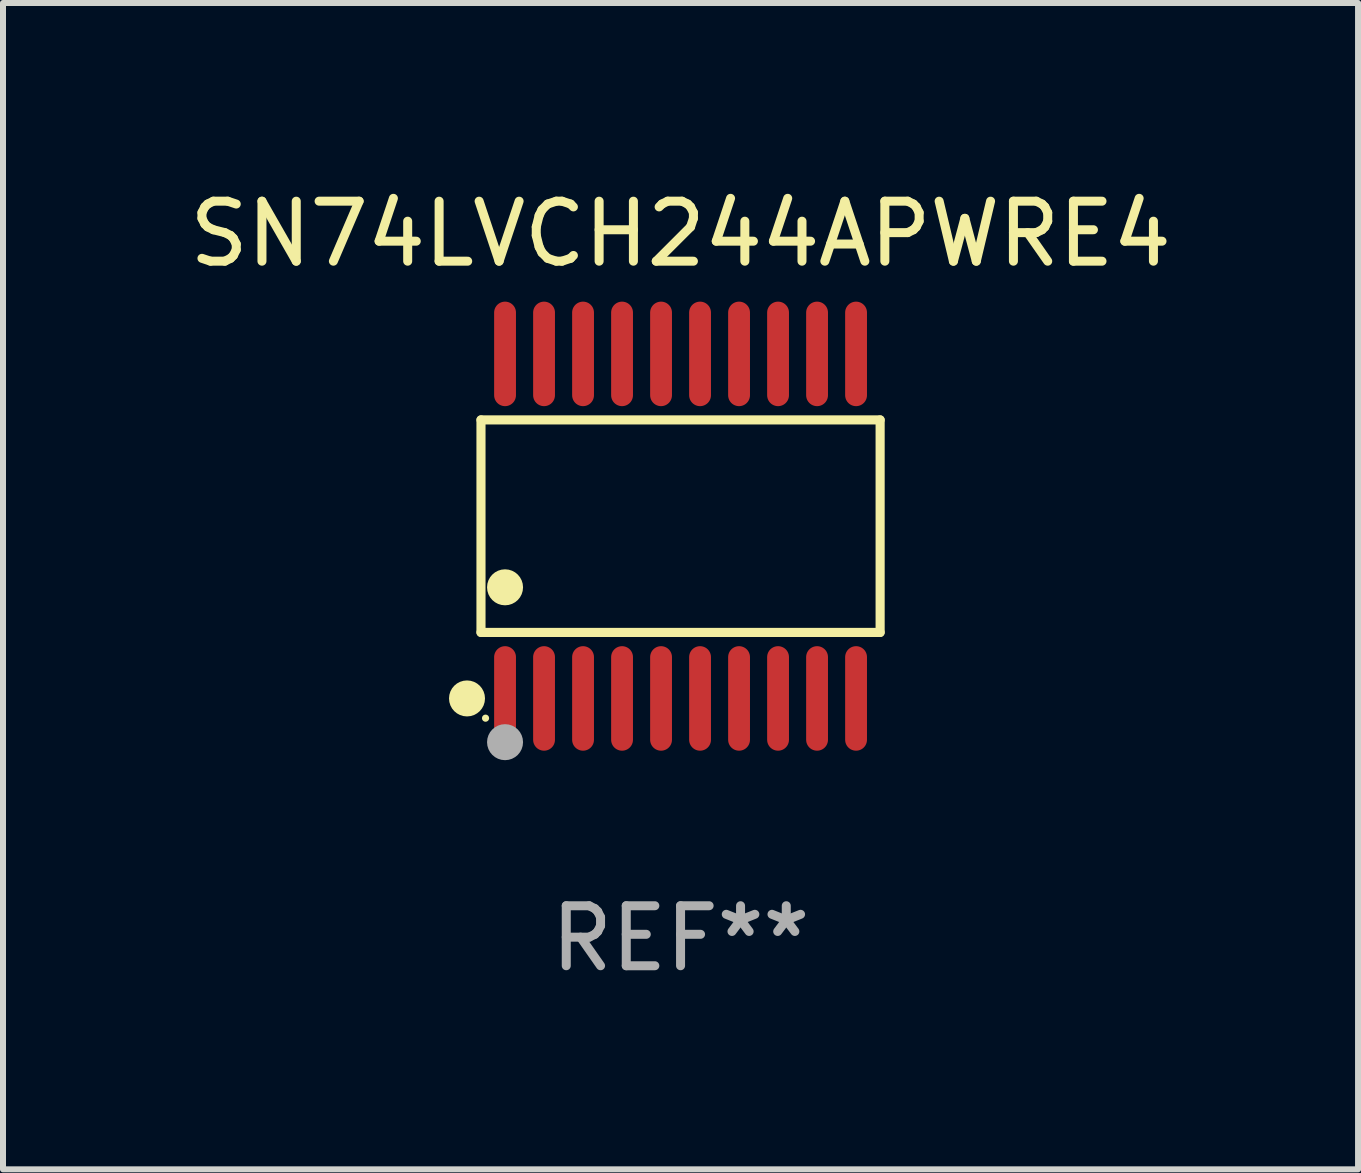
<source format=kicad_pcb>
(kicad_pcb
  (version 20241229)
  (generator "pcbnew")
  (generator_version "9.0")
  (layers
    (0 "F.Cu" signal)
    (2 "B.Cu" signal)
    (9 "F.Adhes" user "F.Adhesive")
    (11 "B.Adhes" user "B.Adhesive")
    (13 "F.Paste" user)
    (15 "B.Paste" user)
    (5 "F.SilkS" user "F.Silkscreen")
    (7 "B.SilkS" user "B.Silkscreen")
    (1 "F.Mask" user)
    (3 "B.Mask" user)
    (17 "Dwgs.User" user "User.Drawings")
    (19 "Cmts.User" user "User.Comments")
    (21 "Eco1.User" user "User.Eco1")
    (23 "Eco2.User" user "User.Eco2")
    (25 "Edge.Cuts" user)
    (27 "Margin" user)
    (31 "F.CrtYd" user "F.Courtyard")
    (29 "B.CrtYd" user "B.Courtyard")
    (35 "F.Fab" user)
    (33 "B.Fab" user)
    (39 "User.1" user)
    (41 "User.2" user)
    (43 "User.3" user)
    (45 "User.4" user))
  (footprint "SN74LVCH244APWRE4"
    (layer "F.Cu")
    (at 8.292 5.719)
    (property "Reference" "SN74LVCH244APWRE4" (at 0 -4.871 0) (layer "F.SilkS") (effects (font (size 1 1) (thickness 0.15))))
    (attr through_hole)
    (fp_line (start -3.326 -1.771) (end 3.326 -1.771) (stroke (width 0.152) (type solid)) (layer "F.SilkS"))
    (fp_line (start -3.326 1.771) (end -3.326 -1.771) (stroke (width 0.152) (type solid)) (layer "F.SilkS"))
    (fp_line (start 3.326 -1.771) (end 3.326 1.771) (stroke (width 0.152) (type solid)) (layer "F.SilkS"))
    (fp_line (start 3.326 1.771) (end -3.326 1.771) (stroke (width 0.152) (type solid)) (layer "F.SilkS"))
    (fp_circle (center -3.559 2.871) (end -3.409 2.871) (stroke (width 0.3) (type solid)) (fill no) (layer "F.SilkS"))
    (fp_circle (center -3.25 3.2) (end -3.22 3.2) (stroke (width 0.06) (type solid)) (fill no) (layer "F.SilkS"))
    (fp_circle (center -2.925 1.019) (end -2.775 1.019) (stroke (width 0.3) (type solid)) (fill no) (layer "F.SilkS"))
    (fp_circle (center -2.925 3.6) (end -2.775 3.6) (stroke (width 0.3) (type solid)) (fill no) (layer "F.Fab"))
    (fp_text user "REF**" (at 0 6.871 0) (layer "F.Fab") (effects (font (size 1 1) (thickness 0.15))))
    (pad "1" smd oval (at -2.925 2.871) (size 0.364 1.742) (layers "F.Cu" "F.Mask" "F.Paste"))
    (pad "2" smd oval (at -2.275 2.871) (size 0.364 1.742) (layers "F.Cu" "F.Mask" "F.Paste"))
    (pad "3" smd oval (at -1.625 2.871) (size 0.364 1.742) (layers "F.Cu" "F.Mask" "F.Paste"))
    (pad "4" smd oval (at -0.975 2.871) (size 0.364 1.742) (layers "F.Cu" "F.Mask" "F.Paste"))
    (pad "5" smd oval (at -0.325 2.871) (size 0.364 1.742) (layers "F.Cu" "F.Mask" "F.Paste"))
    (pad "6" smd oval (at 0.325 2.871) (size 0.364 1.742) (layers "F.Cu" "F.Mask" "F.Paste"))
    (pad "7" smd oval (at 0.975 2.871) (size 0.364 1.742) (layers "F.Cu" "F.Mask" "F.Paste"))
    (pad "8" smd oval (at 1.625 2.871) (size 0.364 1.742) (layers "F.Cu" "F.Mask" "F.Paste"))
    (pad "9" smd oval (at 2.275 2.871) (size 0.364 1.742) (layers "F.Cu" "F.Mask" "F.Paste"))
    (pad "10" smd oval (at 2.925 2.871) (size 0.364 1.742) (layers "F.Cu" "F.Mask" "F.Paste"))
    (pad "11" smd oval (at 2.925 -2.871) (size 0.364 1.742) (layers "F.Cu" "F.Mask" "F.Paste"))
    (pad "12" smd oval (at 2.275 -2.871) (size 0.364 1.742) (layers "F.Cu" "F.Mask" "F.Paste"))
    (pad "13" smd oval (at 1.625 -2.871) (size 0.364 1.742) (layers "F.Cu" "F.Mask" "F.Paste"))
    (pad "14" smd oval (at 0.975 -2.871) (size 0.364 1.742) (layers "F.Cu" "F.Mask" "F.Paste"))
    (pad "15" smd oval (at 0.325 -2.871) (size 0.364 1.742) (layers "F.Cu" "F.Mask" "F.Paste"))
    (pad "16" smd oval (at -0.325 -2.871) (size 0.364 1.742) (layers "F.Cu" "F.Mask" "F.Paste"))
    (pad "17" smd oval (at -0.975 -2.871) (size 0.364 1.742) (layers "F.Cu" "F.Mask" "F.Paste"))
    (pad "18" smd oval (at -1.625 -2.871) (size 0.364 1.742) (layers "F.Cu" "F.Mask" "F.Paste"))
    (pad "19" smd oval (at -2.275 -2.871) (size 0.364 1.742) (layers "F.Cu" "F.Mask" "F.Paste"))
    (pad "20" smd oval (at -2.925 -2.871) (size 0.364 1.742) (layers "F.Cu" "F.Mask" "F.Paste")))
  (gr_rect
    (start -3 -3)
    (end 19.583 16.438)
    (stroke (width 0.1) (type default))
    (fill no)
    (layer "Edge.Cuts")))
</source>
